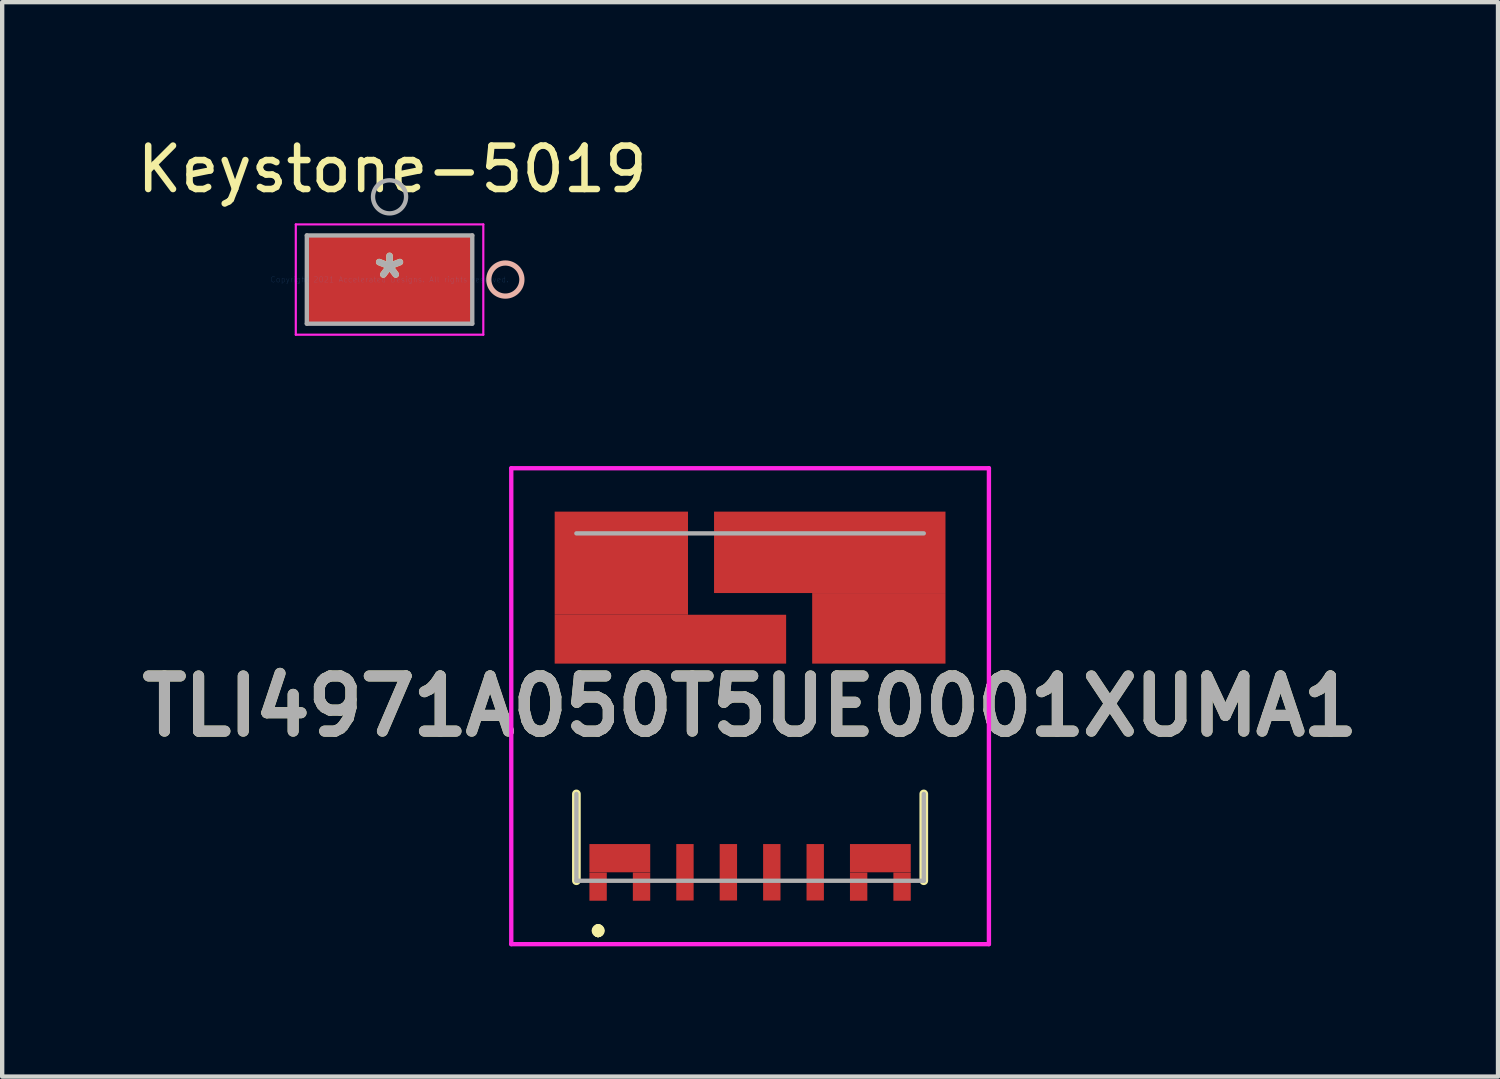
<source format=kicad_pcb>
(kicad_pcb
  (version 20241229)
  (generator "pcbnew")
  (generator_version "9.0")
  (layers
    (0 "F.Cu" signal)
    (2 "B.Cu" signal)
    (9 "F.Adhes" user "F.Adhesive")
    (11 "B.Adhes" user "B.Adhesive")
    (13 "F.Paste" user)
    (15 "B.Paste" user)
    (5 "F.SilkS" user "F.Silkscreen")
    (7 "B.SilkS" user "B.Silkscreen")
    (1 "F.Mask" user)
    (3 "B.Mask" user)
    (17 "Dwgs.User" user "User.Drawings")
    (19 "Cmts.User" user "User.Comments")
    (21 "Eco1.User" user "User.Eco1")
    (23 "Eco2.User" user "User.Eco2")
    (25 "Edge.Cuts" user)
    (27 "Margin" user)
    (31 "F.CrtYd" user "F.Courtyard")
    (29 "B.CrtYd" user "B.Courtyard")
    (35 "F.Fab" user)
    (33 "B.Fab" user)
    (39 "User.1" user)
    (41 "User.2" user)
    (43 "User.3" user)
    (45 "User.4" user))
  (footprint "Keystone-5019"
    (layer "F.Cu")
    (at 5.921 3.388)
    (property "Reference" "Keystone-5019" (at 0.061 -2.54 0) (layer "F.SilkS") (effects (font (size 1 1) (thickness 0.15))))
    (attr through_hole)
    (fp_circle (center 2.667 0) (end 3.048 0) (stroke (width 0.12) (type solid)) (fill no) (layer "B.SilkS"))
    (fp_line (start -2.159 -1.27) (end -2.159 1.27) (stroke (width 0.05) (type solid)) (layer "F.CrtYd"))
    (fp_line (start -2.159 1.27) (end 2.159 1.27) (stroke (width 0.05) (type solid)) (layer "F.CrtYd"))
    (fp_line (start 2.159 -1.27) (end -2.159 -1.27) (stroke (width 0.05) (type solid)) (layer "F.CrtYd"))
    (fp_line (start 2.159 1.27) (end 2.159 -1.27) (stroke (width 0.05) (type solid)) (layer "F.CrtYd"))
    (fp_line (start -1.905 -1.016) (end -1.905 1.016) (stroke (width 0.1) (type solid)) (layer "F.Fab"))
    (fp_line (start -1.905 1.016) (end 1.905 1.016) (stroke (width 0.1) (type solid)) (layer "F.Fab"))
    (fp_line (start 1.905 -1.016) (end -1.905 -1.016) (stroke (width 0.1) (type solid)) (layer "F.Fab"))
    (fp_line (start 1.905 1.016) (end 1.905 -1.016) (stroke (width 0.1) (type solid)) (layer "F.Fab"))
    (fp_circle (center 0 -1.905) (end 0.381 -1.905) (stroke (width 0.1) (type solid)) (fill no) (layer "F.Fab"))
    (fp_text user "*" (at 0 0 0) (layer "F.SilkS") (effects (font (size 1 1) (thickness 0.15))))
    (fp_text user "Copyright 2021 Accelerated Designs. All rights reserved." (at 0 0 0) (layer "Cmts.User") (effects (font (size 0.127 0.127) (thickness 0.002))))
    (fp_text user "*" (at 0 0 0) (layer "F.Fab") (effects (font (size 1 1) (thickness 0.15))))
    (pad "1" smd rect (at 0 0) (size 3.81 2.032) (layers "F.Cu" "F.Mask" "F.Paste")))
  (footprint "TLI4971A050T5UE0001XUMA1"
    (layer "F.Cu")
    (at 14.224 13.233)
    (property "Reference" "TLI4971A050T5UE0001XUMA1" (at 0 -0.02 0) (layer "F.SilkS") (effects (font (size 1.27 1.27) (thickness 0.254))))
    (attr smd)
    (fp_line (start -4 2) (end -4 4) (stroke (width 0.2) (type solid)) (layer "F.SilkS"))
    (fp_line (start -3.5 5.1) (end -3.5 5.1) (stroke (width 0.2) (type solid)) (layer "F.SilkS"))
    (fp_line (start -3.5 5.2) (end -3.5 5.2) (stroke (width 0.2) (type solid)) (layer "F.SilkS"))
    (fp_line (start -3.5 5.2) (end -3.5 5.2) (stroke (width 0.2) (type solid)) (layer "F.SilkS"))
    (fp_line (start 4 2) (end 4 4) (stroke (width 0.2) (type solid)) (layer "F.SilkS"))
    (fp_arc (start -3.5 5.1) (mid -3.45 5.15) (end -3.5 5.2) (stroke (width 0.2) (type solid)) (layer "F.SilkS"))
    (fp_arc (start -3.5 5.1) (mid -3.45 5.15) (end -3.5 5.2) (stroke (width 0.2) (type solid)) (layer "F.SilkS"))
    (fp_arc (start -3.5 5.2) (mid -3.55 5.15) (end -3.5 5.1) (stroke (width 0.2) (type solid)) (layer "F.SilkS"))
    (fp_line (start -5.5 -5.5) (end 5.5 -5.5) (stroke (width 0.1) (type solid)) (layer "F.CrtYd"))
    (fp_line (start -5.5 5.46) (end -5.5 -5.5) (stroke (width 0.1) (type solid)) (layer "F.CrtYd"))
    (fp_line (start 5.5 -5.5) (end 5.5 5.46) (stroke (width 0.1) (type solid)) (layer "F.CrtYd"))
    (fp_line (start 5.5 5.46) (end -5.5 5.46) (stroke (width 0.1) (type solid)) (layer "F.CrtYd"))
    (fp_line (start -4 -4) (end 4 -4) (stroke (width 0.1) (type solid)) (layer "F.Fab"))
    (fp_line (start -4 4) (end -4 2) (stroke (width 0.1) (type solid)) (layer "F.Fab"))
    (fp_line (start 4 2) (end 4 4) (stroke (width 0.1) (type solid)) (layer "F.Fab"))
    (fp_line (start 4 4) (end -4 4) (stroke (width 0.1) (type solid)) (layer "F.Fab"))
    (fp_text user "${REFERENCE}" (at 0 -0.02 0) (layer "F.Fab") (effects (font (size 1.27 1.27) (thickness 0.254))))
    (pad "1" smd rect (at -3.5 4.135) (size 0.4 0.65) (layers "F.Cu" "F.Mask" "F.Paste"))
    (pad "1" smd rect (at -3 3.48 90) (size 0.65 1.4) (layers "F.Cu" "F.Mask" "F.Paste"))
    (pad "1" smd rect (at -2.5 4.135) (size 0.4 0.65) (layers "F.Cu" "F.Mask" "F.Paste"))
    (pad "2" smd rect (at -1.5 3.805) (size 0.4 1.3) (layers "F.Cu" "F.Mask" "F.Paste"))
    (pad "3" smd rect (at -0.5 3.805) (size 0.4 1.3) (layers "F.Cu" "F.Mask" "F.Paste"))
    (pad "4" smd rect (at 0.5 3.805) (size 0.4 1.3) (layers "F.Cu" "F.Mask" "F.Paste"))
    (pad "5" smd rect (at 1.5 3.805) (size 0.4 1.3) (layers "F.Cu" "F.Mask" "F.Paste"))
    (pad "6" smd rect (at 2.5 4.135) (size 0.4 0.65) (layers "F.Cu" "F.Mask" "F.Paste"))
    (pad "6" smd rect (at 3 3.48 90) (size 0.65 1.4) (layers "F.Cu" "F.Mask" "F.Paste"))
    (pad "6" smd rect (at 3.5 4.135) (size 0.4 0.65) (layers "F.Cu" "F.Mask" "F.Paste"))
    (pad "7" smd rect (at 1.835 -3.563 90) (size 1.875 5.33) (layers "F.Cu" "F.Mask" "F.Paste"))
    (pad "7" smd rect (at 2.965 -1.813 90) (size 1.625 3.07) (layers "F.Cu" "F.Mask" "F.Paste"))
    (pad "8" smd rect (at -2.965 -3.313 90) (size 2.375 3.07) (layers "F.Cu" "F.Mask" "F.Paste"))
    (pad "8" smd rect (at -1.835 -1.563 90) (size 1.125 5.33) (layers "F.Cu" "F.Mask" "F.Paste")))
  (gr_rect
    (start -3 -3)
    (end 31.448 21.743)
    (stroke (width 0.1) (type default))
    (fill no)
    (layer "Edge.Cuts")))
</source>
